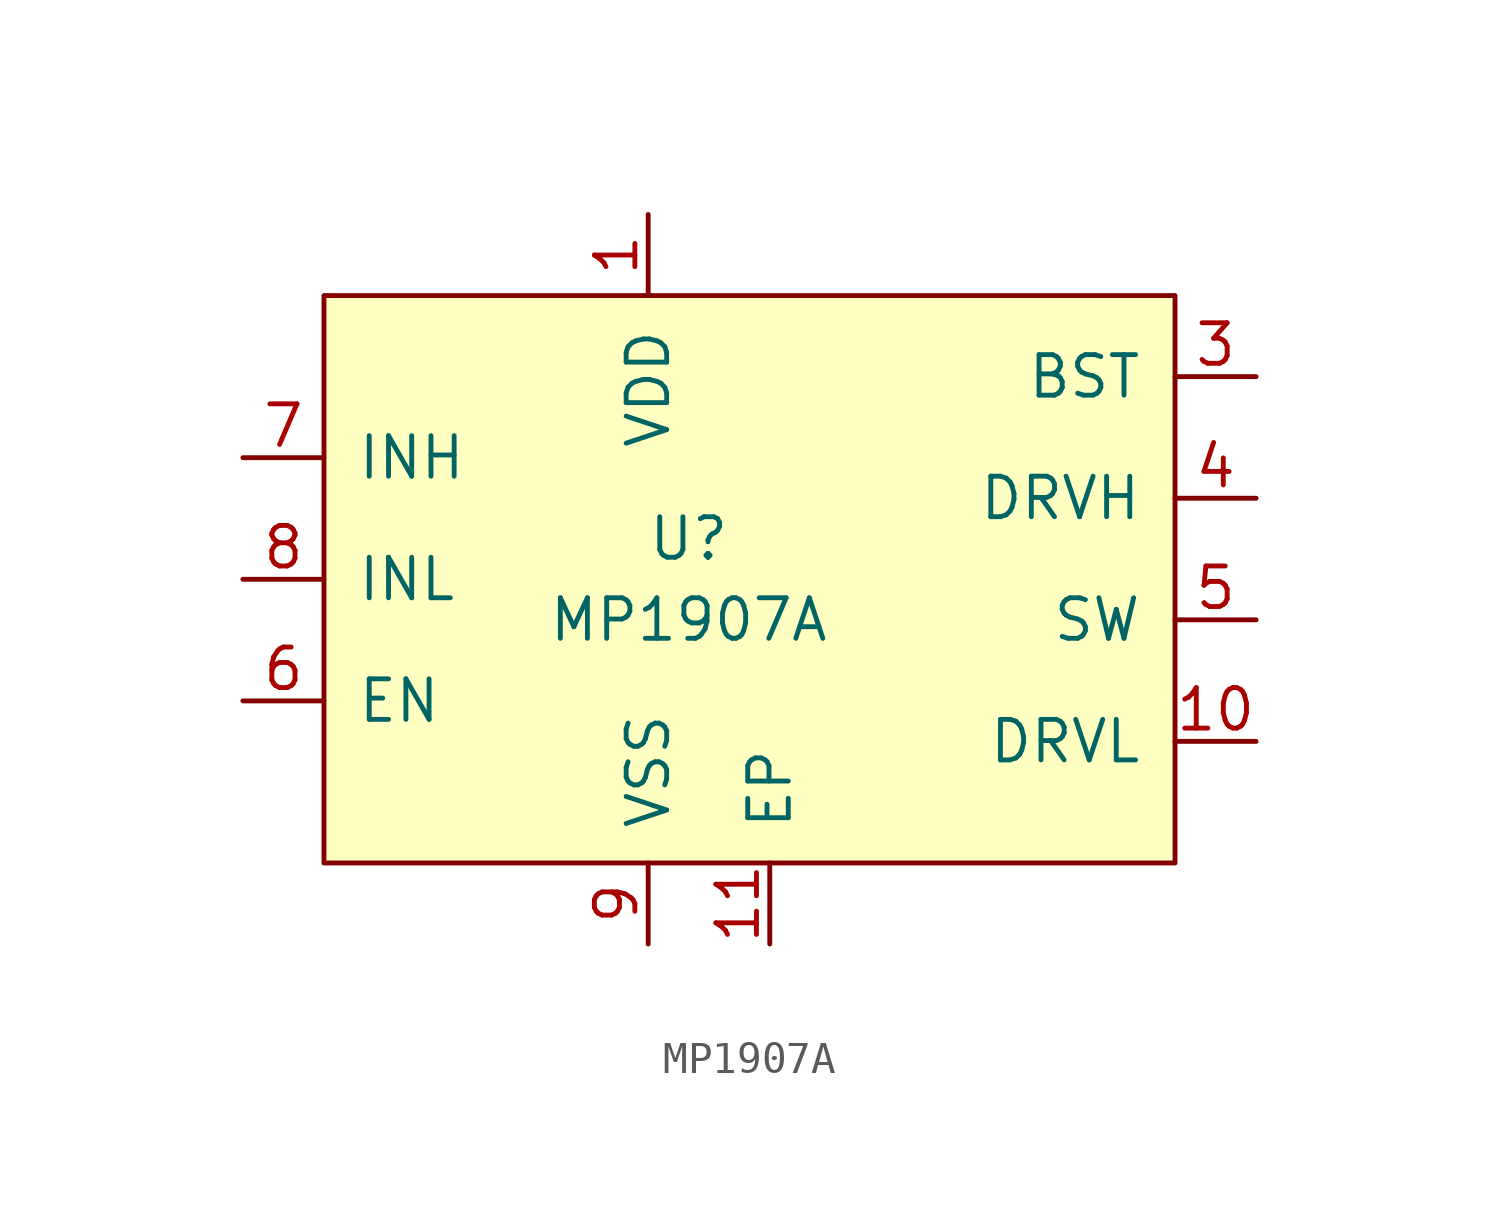
<source format=kicad_sym>
(kicad_symbol_lib
  (version 20220914)
  (generator kicad_symbol_editor)
  (symbol "MP1907A"
    (pin_names
      (offset 1.016))
    (property "Reference" "U"
      (at 0 0 0)
      (effects (font (size 1.27 1.27))))
    (property "Value" "MP1907A"
      (at 0 -2.54 0)
      (effects (font (size 1.27 1.27))))
    (symbol "MP1907A_0_1"
      (rectangle (start -11.43 7.62) (end 15.24 -10.16) (stroke (width 0) (type solid)) (fill (type background))))
    (symbol "MP1907A_1_1"
      (pin power_in line (at -1.27 10.16 270) (length 2.54) (name "VDD" (effects (font (size 1.27 1.27)))) (number "1" (effects (font (size 1.27 1.27)))))
      (pin output line (at 17.78 -6.35 180) (length 2.54) (name "DRVL" (effects (font (size 1.27 1.27)))) (number "10" (effects (font (size 1.27 1.27)))))
      (pin passive line (at 2.54 -12.7 90) (length 2.54) (name "EP" (effects (font (size 1.27 1.27)))) (number "11" (effects (font (size 1.27 1.27)))))
      (pin bidirectional line (at 17.78 5.08 180) (length 2.54) (name "BST" (effects (font (size 1.27 1.27)))) (number "3" (effects (font (size 1.27 1.27)))))
      (pin output line (at 17.78 1.27 180) (length 2.54) (name "DRVH" (effects (font (size 1.27 1.27)))) (number "4" (effects (font (size 1.27 1.27)))))
      (pin bidirectional line (at 17.78 -2.54 180) (length 2.54) (name "SW" (effects (font (size 1.27 1.27)))) (number "5" (effects (font (size 1.27 1.27)))))
      (pin input line (at -13.97 -5.08 0) (length 2.54) (name "EN" (effects (font (size 1.27 1.27)))) (number "6" (effects (font (size 1.27 1.27)))))
      (pin input line (at -13.97 2.54 0) (length 2.54) (name "INH" (effects (font (size 1.27 1.27)))) (number "7" (effects (font (size 1.27 1.27)))))
      (pin input line (at -13.97 -1.27 0) (length 2.54) (name "INL" (effects (font (size 1.27 1.27)))) (number "8" (effects (font (size 1.27 1.27)))))
      (pin power_in line (at -1.27 -12.7 90) (length 2.54) (name "VSS" (effects (font (size 1.27 1.27)))) (number "9" (effects (font (size 1.27 1.27))))))))
</source>
